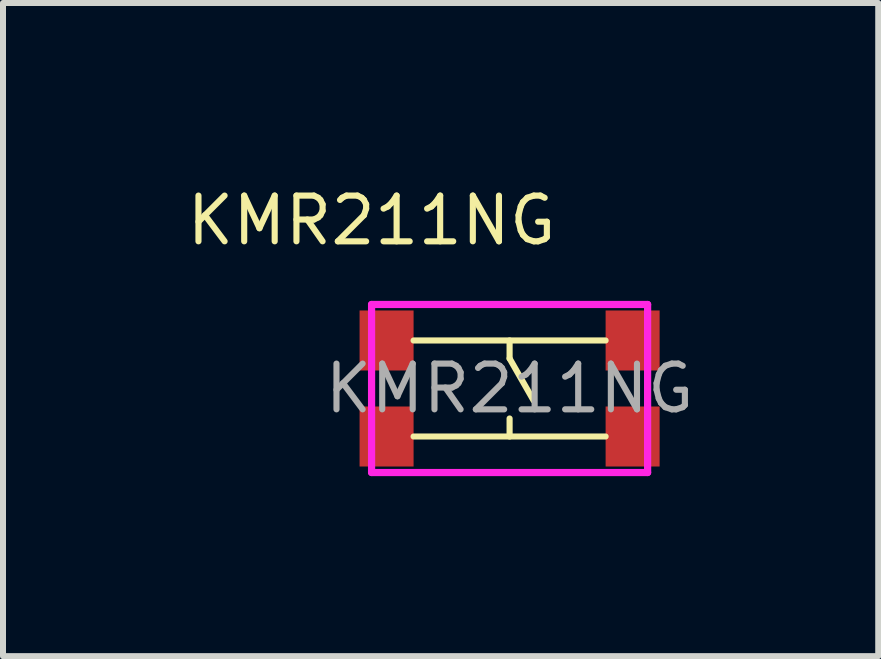
<source format=kicad_pcb>
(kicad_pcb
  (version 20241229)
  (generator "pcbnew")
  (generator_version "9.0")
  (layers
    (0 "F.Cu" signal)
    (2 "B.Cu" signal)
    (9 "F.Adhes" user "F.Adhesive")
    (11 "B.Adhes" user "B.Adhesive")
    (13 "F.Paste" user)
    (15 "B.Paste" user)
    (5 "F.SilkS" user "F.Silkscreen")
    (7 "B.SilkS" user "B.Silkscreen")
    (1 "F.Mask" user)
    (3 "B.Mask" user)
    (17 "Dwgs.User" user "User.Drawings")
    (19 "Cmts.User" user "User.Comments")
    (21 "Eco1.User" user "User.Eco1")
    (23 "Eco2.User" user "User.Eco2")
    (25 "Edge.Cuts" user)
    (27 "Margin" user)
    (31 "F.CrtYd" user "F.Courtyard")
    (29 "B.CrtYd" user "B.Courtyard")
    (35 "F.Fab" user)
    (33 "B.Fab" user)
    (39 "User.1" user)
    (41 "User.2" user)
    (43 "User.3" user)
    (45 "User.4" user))
  (footprint "KMR211NG"
    (layer "F.Cu")
    (at 5.442 3.424)
    (property "Reference" "KMR211NG" (at -2.3 -2.8 0) (layer "F.SilkS") (effects (font (size 0.762 0.762) (thickness 0.102))))
    (attr through_hole)
    (fp_line (start -2.3 -1.4) (end -2.3 1.4) (stroke (width 0.102) (type solid)) (layer "F.SilkS"))
    (fp_line (start -2.3 1.4) (end 2.3 1.4) (stroke (width 0.102) (type solid)) (layer "F.SilkS"))
    (fp_line (start -1.6 -0.8) (end 1.6 -0.8) (stroke (width 0.102) (type solid)) (layer "F.SilkS"))
    (fp_line (start -1.6 0.8) (end 1.6 0.8) (stroke (width 0.102) (type solid)) (layer "F.SilkS"))
    (fp_line (start 0 -0.8) (end 0 -0.5) (stroke (width 0.102) (type solid)) (layer "F.SilkS"))
    (fp_line (start 0 -0.5) (end 0.4 0.2) (stroke (width 0.102) (type solid)) (layer "F.SilkS"))
    (fp_line (start 0 0.8) (end 0 0.5) (stroke (width 0.102) (type solid)) (layer "F.SilkS"))
    (fp_line (start 2.3 -1.4) (end -2.3 -1.4) (stroke (width 0.102) (type solid)) (layer "F.SilkS"))
    (fp_line (start 2.3 1.4) (end 2.3 -1.4) (stroke (width 0.102) (type solid)) (layer "F.SilkS"))
    (fp_line (start -2.3 -1.4) (end -2.3 1.4) (stroke (width 0.12) (type solid)) (layer "F.CrtYd"))
    (fp_line (start -2.3 1.4) (end 2.3 1.4) (stroke (width 0.12) (type solid)) (layer "F.CrtYd"))
    (fp_line (start 2.3 -1.4) (end -2.3 -1.4) (stroke (width 0.12) (type solid)) (layer "F.CrtYd"))
    (fp_line (start 2.3 1.4) (end 2.3 -1.4) (stroke (width 0.12) (type solid)) (layer "F.CrtYd"))
    (fp_text user "${REFERENCE}" (at 0 0 0) (layer "F.Fab") (effects (font (size 0.762 0.762) (thickness 0.102))))
    (pad "1" smd rect (at -2.05 -0.8) (size 0.9 1) (layers "F.Cu" "F.Mask" "F.Paste"))
    (pad "2" smd rect (at -2.05 0.8) (size 0.9 1) (layers "F.Cu" "F.Mask" "F.Paste"))
    (pad "3" smd rect (at 2.05 0.8) (size 0.9 1) (layers "F.Cu" "F.Mask" "F.Paste"))
    (pad "4" smd rect (at 2.05 -0.8) (size 0.9 1) (layers "F.Cu" "F.Mask" "F.Paste")))
  (gr_rect
    (start -3 -3)
    (end 11.585 7.884)
    (stroke (width 0.1) (type default))
    (fill no)
    (layer "Edge.Cuts")))
</source>
